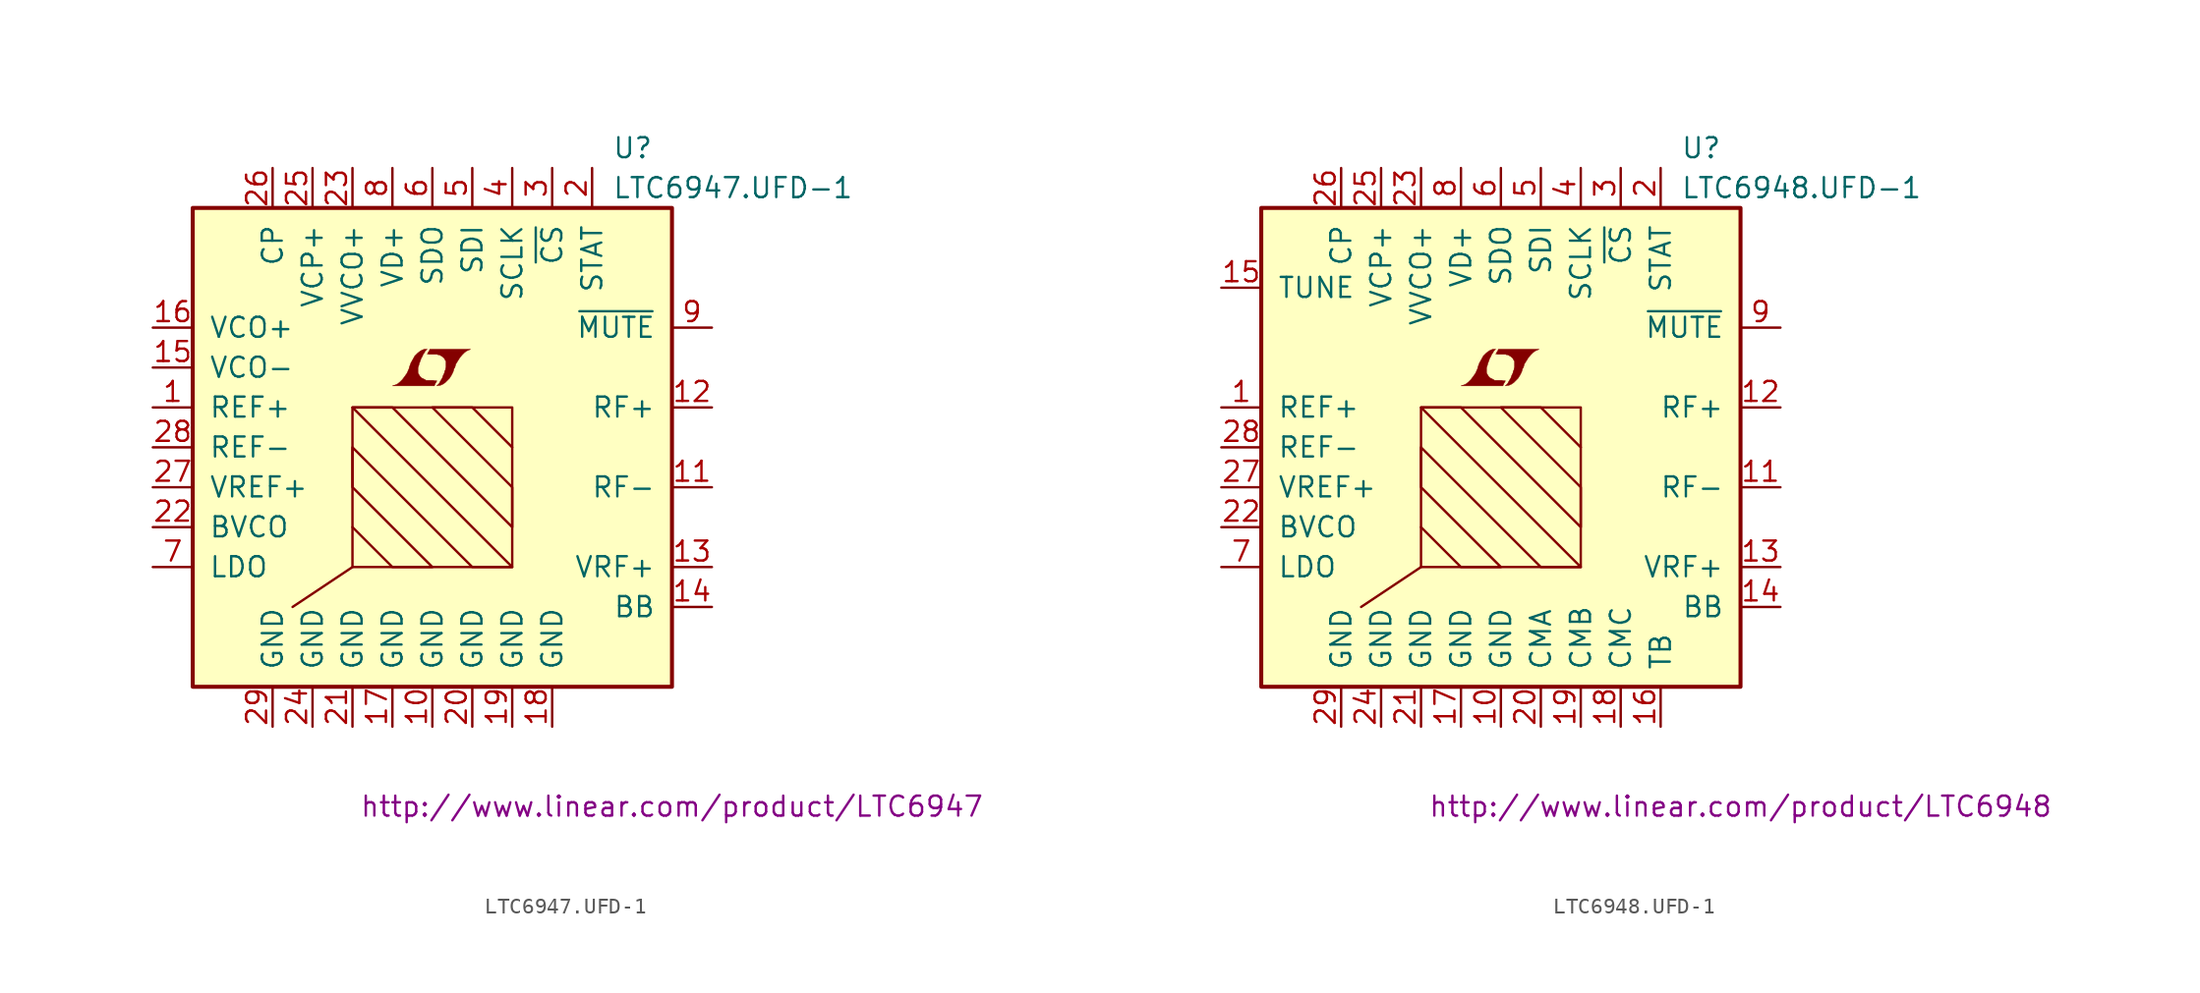
<source format=kicad_sym>
(kicad_symbol_lib
  (version 20201005)
  (generator kicad_symbol_editor)
  (symbol "LTC6947.UFD-1"
    (pin_names
      (offset 1.016))
    (property "Reference" "U"
      (at 11.43 19.05 0)
      (effects (font (size 1.27 1.27)) (justify left)))
    (property "Value" "LTC6947.UFD-1"
      (at 11.43 16.51 0)
      (effects (font (size 1.27 1.27)) (justify left)))
    (property "Datasheet" "http://www.linear.com/product/LTC6947"
      (at 15.24 -22.86 0)
      (effects (font (size 1.27 1.27))))
    (symbol "LTC6947.UFD-1_0_0"
      (polyline (pts (xy 0.203 4.089) (xy 0.229 4.115) (xy 0.279 4.216) (xy 0.279 4.242) (xy 0.152 4.242) (xy 0.051 4.267) (xy -0.406 4.267) (xy -0.432 4.293) (xy -0.686 4.42) (xy -0.787 4.521) (xy -0.864 4.648) (xy -0.914 4.75) (xy -0.914 5.055) (xy -0.864 5.207) (xy -0.838 5.309) (xy -0.813 5.385) (xy -0.762 5.512) (xy -0.711 5.664) (xy -0.635 5.791) (xy -0.584 5.918) (xy -0.508 6.02) (xy -0.457 6.121) (xy -0.33 6.248) (xy -0.508 6.248) (xy -0.635 6.198) (xy -0.737 6.147) (xy -0.813 6.096) (xy -0.94 5.994) (xy -1.118 5.817) (xy -1.372 5.359) (xy -1.473 5.08) (xy -1.473 5.029) (xy -1.524 4.928) (xy -1.575 4.801) (xy -1.626 4.699) (xy -1.753 4.521) (xy -1.905 4.318) (xy -2.057 4.166) (xy -2.21 4.039) (xy -2.388 3.962) (xy -2.54 3.912) (xy 0.127 3.912) (xy 0.203 4.089)) (stroke (width 0.025)) (fill (type outline)))
      (polyline (pts (xy 0.406 3.937) (xy 0.483 3.937) (xy 0.66 4.013) (xy 0.813 4.115) (xy 1.092 4.394) (xy 1.219 4.597) (xy 1.321 4.801) (xy 1.397 5.055) (xy 1.422 5.055) (xy 1.499 5.309) (xy 1.753 5.715) (xy 1.905 5.893) (xy 2.057 6.045) (xy 2.21 6.147) (xy 2.388 6.223) (xy 2.413 6.223) (xy 2.413 6.248) (xy -0.152 6.248) (xy -0.229 6.096) (xy -0.254 6.071) (xy -0.305 5.969) (xy -0.33 5.944) (xy -0.279 5.944) (xy -0.229 5.918) (xy 0.305 5.918) (xy 0.356 5.893) (xy 0.406 5.893) (xy 0.483 5.867) (xy 0.61 5.791) (xy 0.737 5.69) (xy 0.813 5.563) (xy 0.838 5.512) (xy 0.864 5.486) (xy 0.864 5.08) (xy 0.838 5.029) (xy 0.838 4.953) (xy 0.787 4.851) (xy 0.762 4.724) (xy 0.686 4.572) (xy 0.635 4.42) (xy 0.483 4.166) (xy 0.432 4.064) (xy 0.279 3.912) (xy 0.406 3.937)) (stroke (width 0.025)) (fill (type outline))))
    (symbol "LTC6947.UFD-1_0_1"
      (rectangle (start -15.24 15.24) (end 15.24 -15.24) (stroke (width 0.254)) (fill (type background)))
      (rectangle (start -5.08 -7.62) (end 5.08 2.54) (stroke (width 0)) (fill (type none)))
      (polyline (pts (xy -5.08 -7.62) (xy -8.89 -10.16)) (stroke (width 0)) (fill (type none)))
      (polyline (pts (xy -5.08 -5.08) (xy -2.54 -7.62) (xy 0 -7.62) (xy -5.08 -2.54) (xy -5.08 0) (xy 2.54 -7.62) (xy 5.08 -7.62) (xy -5.08 2.54) (xy -2.54 2.54) (xy 5.08 -5.08) (xy 5.08 -2.54) (xy 0 2.54) (xy 2.54 2.54) (xy 5.08 0)) (stroke (width 0)) (fill (type none))))
    (symbol "LTC6947.UFD-1_1_1"
      (pin input line (at -17.78 2.54 0) (length 2.54) (name "REF+" (effects (font (size 1.27 1.27)))) (number "1" (effects (font (size 1.27 1.27)))))
      (pin output line (at 10.16 17.78 270) (length 2.54) (name "STAT" (effects (font (size 1.27 1.27)))) (number "2" (effects (font (size 1.27 1.27)))))
      (pin input line (at 7.62 17.78 270) (length 2.54) (name "~CS~" (effects (font (size 1.27 1.27)))) (number "3" (effects (font (size 1.27 1.27)))))
      (pin input line (at 5.08 17.78 270) (length 2.54) (name "SCLK" (effects (font (size 1.27 1.27)))) (number "4" (effects (font (size 1.27 1.27)))))
      (pin input line (at 2.54 17.78 270) (length 2.54) (name "SDI" (effects (font (size 1.27 1.27)))) (number "5" (effects (font (size 1.27 1.27)))))
      (pin output line (at 0 17.78 270) (length 2.54) (name "SDO" (effects (font (size 1.27 1.27)))) (number "6" (effects (font (size 1.27 1.27)))))
      (pin passive line (at -17.78 -7.62 0) (length 2.54) (name "LDO" (effects (font (size 1.27 1.27)))) (number "7" (effects (font (size 1.27 1.27)))))
      (pin power_in line (at -2.54 17.78 270) (length 2.54) (name "VD+" (effects (font (size 1.27 1.27)))) (number "8" (effects (font (size 1.27 1.27)))))
      (pin input line (at 17.78 7.62 180) (length 2.54) (name "~MUTE~" (effects (font (size 1.27 1.27)))) (number "9" (effects (font (size 1.27 1.27)))))
      (pin power_in line (at 0 -17.78 90) (length 2.54) (name "GND" (effects (font (size 1.27 1.27)))) (number "10" (effects (font (size 1.27 1.27)))))
      (pin power_in line (at 2.54 -17.78 90) (length 2.54) (name "GND" (effects (font (size 1.27 1.27)))) (number "20" (effects (font (size 1.27 1.27)))))
      (pin output line (at 17.78 -2.54 180) (length 2.54) (name "RF-" (effects (font (size 1.27 1.27)))) (number "11" (effects (font (size 1.27 1.27)))))
      (pin power_in line (at -5.08 -17.78 90) (length 2.54) (name "GND" (effects (font (size 1.27 1.27)))) (number "21" (effects (font (size 1.27 1.27)))))
      (pin output line (at 17.78 2.54 180) (length 2.54) (name "RF+" (effects (font (size 1.27 1.27)))) (number "12" (effects (font (size 1.27 1.27)))))
      (pin passive line (at -17.78 -5.08 0) (length 2.54) (name "BVCO" (effects (font (size 1.27 1.27)))) (number "22" (effects (font (size 1.27 1.27)))))
      (pin power_in line (at 17.78 -7.62 180) (length 2.54) (name "VRF+" (effects (font (size 1.27 1.27)))) (number "13" (effects (font (size 1.27 1.27)))))
      (pin power_in line (at -5.08 17.78 270) (length 2.54) (name "VVCO+" (effects (font (size 1.27 1.27)))) (number "23" (effects (font (size 1.27 1.27)))))
      (pin passive line (at 17.78 -10.16 180) (length 2.54) (name "BB" (effects (font (size 1.27 1.27)))) (number "14" (effects (font (size 1.27 1.27)))))
      (pin power_in line (at -7.62 -17.78 90) (length 2.54) (name "GND" (effects (font (size 1.27 1.27)))) (number "24" (effects (font (size 1.27 1.27)))))
      (pin input line (at -17.78 5.08 0) (length 2.54) (name "VCO-" (effects (font (size 1.27 1.27)))) (number "15" (effects (font (size 1.27 1.27)))))
      (pin power_in line (at -7.62 17.78 270) (length 2.54) (name "VCP+" (effects (font (size 1.27 1.27)))) (number "25" (effects (font (size 1.27 1.27)))))
      (pin input line (at -17.78 7.62 0) (length 2.54) (name "VCO+" (effects (font (size 1.27 1.27)))) (number "16" (effects (font (size 1.27 1.27)))))
      (pin passive line (at -10.16 17.78 270) (length 2.54) (name "CP" (effects (font (size 1.27 1.27)))) (number "26" (effects (font (size 1.27 1.27)))))
      (pin power_in line (at -2.54 -17.78 90) (length 2.54) (name "GND" (effects (font (size 1.27 1.27)))) (number "17" (effects (font (size 1.27 1.27)))))
      (pin power_in line (at -17.78 -2.54 0) (length 2.54) (name "VREF+" (effects (font (size 1.27 1.27)))) (number "27" (effects (font (size 1.27 1.27)))))
      (pin power_in line (at 7.62 -17.78 90) (length 2.54) (name "GND" (effects (font (size 1.27 1.27)))) (number "18" (effects (font (size 1.27 1.27)))))
      (pin input line (at -17.78 0 0) (length 2.54) (name "REF-" (effects (font (size 1.27 1.27)))) (number "28" (effects (font (size 1.27 1.27)))))
      (pin power_in line (at 5.08 -17.78 90) (length 2.54) (name "GND" (effects (font (size 1.27 1.27)))) (number "19" (effects (font (size 1.27 1.27)))))
      (pin power_in line (at -10.16 -17.78 90) (length 2.54) (name "GND" (effects (font (size 1.27 1.27)))) (number "29" (effects (font (size 1.27 1.27)))))))
  (symbol "LTC6948.UFD-1"
    (pin_names
      (offset 1.016))
    (property "Reference" "U"
      (at 11.43 19.05 0)
      (effects (font (size 1.27 1.27)) (justify left)))
    (property "Value" "LTC6948.UFD-1"
      (at 11.43 16.51 0)
      (effects (font (size 1.27 1.27)) (justify left)))
    (property "Datasheet" "http://www.linear.com/product/LTC6948"
      (at 15.24 -22.86 0)
      (effects (font (size 1.27 1.27))))
    (symbol "LTC6948.UFD-1_0_0"
      (polyline (pts (xy 0.203 4.089) (xy 0.229 4.115) (xy 0.279 4.216) (xy 0.279 4.242) (xy 0.152 4.242) (xy 0.051 4.267) (xy -0.406 4.267) (xy -0.432 4.293) (xy -0.686 4.42) (xy -0.787 4.521) (xy -0.864 4.648) (xy -0.914 4.75) (xy -0.914 5.055) (xy -0.864 5.207) (xy -0.838 5.309) (xy -0.813 5.385) (xy -0.762 5.512) (xy -0.711 5.664) (xy -0.635 5.791) (xy -0.584 5.918) (xy -0.508 6.02) (xy -0.457 6.121) (xy -0.33 6.248) (xy -0.508 6.248) (xy -0.635 6.198) (xy -0.737 6.147) (xy -0.813 6.096) (xy -0.94 5.994) (xy -1.118 5.817) (xy -1.372 5.359) (xy -1.473 5.08) (xy -1.473 5.029) (xy -1.524 4.928) (xy -1.575 4.801) (xy -1.626 4.699) (xy -1.753 4.521) (xy -1.905 4.318) (xy -2.057 4.166) (xy -2.21 4.039) (xy -2.388 3.962) (xy -2.54 3.912) (xy 0.127 3.912) (xy 0.203 4.089)) (stroke (width 0.025)) (fill (type outline)))
      (polyline (pts (xy 0.406 3.937) (xy 0.483 3.937) (xy 0.66 4.013) (xy 0.813 4.115) (xy 1.092 4.394) (xy 1.219 4.597) (xy 1.321 4.801) (xy 1.397 5.055) (xy 1.422 5.055) (xy 1.499 5.309) (xy 1.753 5.715) (xy 1.905 5.893) (xy 2.057 6.045) (xy 2.21 6.147) (xy 2.388 6.223) (xy 2.413 6.223) (xy 2.413 6.248) (xy -0.152 6.248) (xy -0.229 6.096) (xy -0.254 6.071) (xy -0.305 5.969) (xy -0.33 5.944) (xy -0.279 5.944) (xy -0.229 5.918) (xy 0.305 5.918) (xy 0.356 5.893) (xy 0.406 5.893) (xy 0.483 5.867) (xy 0.61 5.791) (xy 0.737 5.69) (xy 0.813 5.563) (xy 0.838 5.512) (xy 0.864 5.486) (xy 0.864 5.08) (xy 0.838 5.029) (xy 0.838 4.953) (xy 0.787 4.851) (xy 0.762 4.724) (xy 0.686 4.572) (xy 0.635 4.42) (xy 0.483 4.166) (xy 0.432 4.064) (xy 0.279 3.912) (xy 0.406 3.937)) (stroke (width 0.025)) (fill (type outline))))
    (symbol "LTC6948.UFD-1_0_1"
      (rectangle (start -15.24 15.24) (end 15.24 -15.24) (stroke (width 0.254)) (fill (type background)))
      (rectangle (start -5.08 -7.62) (end 5.08 2.54) (stroke (width 0)) (fill (type none)))
      (polyline (pts (xy -5.08 -7.62) (xy -8.89 -10.16)) (stroke (width 0)) (fill (type none)))
      (polyline (pts (xy -5.08 -5.08) (xy -2.54 -7.62) (xy 0 -7.62) (xy -5.08 -2.54) (xy -5.08 0) (xy 2.54 -7.62) (xy 5.08 -7.62) (xy -5.08 2.54) (xy -2.54 2.54) (xy 5.08 -5.08) (xy 5.08 -2.54) (xy 0 2.54) (xy 2.54 2.54) (xy 5.08 0)) (stroke (width 0)) (fill (type none))))
    (symbol "LTC6948.UFD-1_1_1"
      (pin input line (at -17.78 2.54 0) (length 2.54) (name "REF+" (effects (font (size 1.27 1.27)))) (number "1" (effects (font (size 1.27 1.27)))))
      (pin output line (at 10.16 17.78 270) (length 2.54) (name "STAT" (effects (font (size 1.27 1.27)))) (number "2" (effects (font (size 1.27 1.27)))))
      (pin input line (at 7.62 17.78 270) (length 2.54) (name "~CS~" (effects (font (size 1.27 1.27)))) (number "3" (effects (font (size 1.27 1.27)))))
      (pin input line (at 5.08 17.78 270) (length 2.54) (name "SCLK" (effects (font (size 1.27 1.27)))) (number "4" (effects (font (size 1.27 1.27)))))
      (pin input line (at 2.54 17.78 270) (length 2.54) (name "SDI" (effects (font (size 1.27 1.27)))) (number "5" (effects (font (size 1.27 1.27)))))
      (pin output line (at 0 17.78 270) (length 2.54) (name "SDO" (effects (font (size 1.27 1.27)))) (number "6" (effects (font (size 1.27 1.27)))))
      (pin passive line (at -17.78 -7.62 0) (length 2.54) (name "LDO" (effects (font (size 1.27 1.27)))) (number "7" (effects (font (size 1.27 1.27)))))
      (pin power_in line (at -2.54 17.78 270) (length 2.54) (name "VD+" (effects (font (size 1.27 1.27)))) (number "8" (effects (font (size 1.27 1.27)))))
      (pin input line (at 17.78 7.62 180) (length 2.54) (name "~MUTE~" (effects (font (size 1.27 1.27)))) (number "9" (effects (font (size 1.27 1.27)))))
      (pin power_in line (at 0 -17.78 90) (length 2.54) (name "GND" (effects (font (size 1.27 1.27)))) (number "10" (effects (font (size 1.27 1.27)))))
      (pin passive line (at 2.54 -17.78 90) (length 2.54) (name "CMA" (effects (font (size 1.27 1.27)))) (number "20" (effects (font (size 1.27 1.27)))))
      (pin output line (at 17.78 -2.54 180) (length 2.54) (name "RF-" (effects (font (size 1.27 1.27)))) (number "11" (effects (font (size 1.27 1.27)))))
      (pin power_in line (at -5.08 -17.78 90) (length 2.54) (name "GND" (effects (font (size 1.27 1.27)))) (number "21" (effects (font (size 1.27 1.27)))))
      (pin output line (at 17.78 2.54 180) (length 2.54) (name "RF+" (effects (font (size 1.27 1.27)))) (number "12" (effects (font (size 1.27 1.27)))))
      (pin passive line (at -17.78 -5.08 0) (length 2.54) (name "BVCO" (effects (font (size 1.27 1.27)))) (number "22" (effects (font (size 1.27 1.27)))))
      (pin power_in line (at 17.78 -7.62 180) (length 2.54) (name "VRF+" (effects (font (size 1.27 1.27)))) (number "13" (effects (font (size 1.27 1.27)))))
      (pin power_in line (at -5.08 17.78 270) (length 2.54) (name "VVCO+" (effects (font (size 1.27 1.27)))) (number "23" (effects (font (size 1.27 1.27)))))
      (pin passive line (at 17.78 -10.16 180) (length 2.54) (name "BB" (effects (font (size 1.27 1.27)))) (number "14" (effects (font (size 1.27 1.27)))))
      (pin power_in line (at -7.62 -17.78 90) (length 2.54) (name "GND" (effects (font (size 1.27 1.27)))) (number "24" (effects (font (size 1.27 1.27)))))
      (pin input line (at -17.78 10.16 0) (length 2.54) (name "TUNE" (effects (font (size 1.27 1.27)))) (number "15" (effects (font (size 1.27 1.27)))))
      (pin power_in line (at -7.62 17.78 270) (length 2.54) (name "VCP+" (effects (font (size 1.27 1.27)))) (number "25" (effects (font (size 1.27 1.27)))))
      (pin passive line (at 10.16 -17.78 90) (length 2.54) (name "TB" (effects (font (size 1.27 1.27)))) (number "16" (effects (font (size 1.27 1.27)))))
      (pin passive line (at -10.16 17.78 270) (length 2.54) (name "CP" (effects (font (size 1.27 1.27)))) (number "26" (effects (font (size 1.27 1.27)))))
      (pin power_in line (at -2.54 -17.78 90) (length 2.54) (name "GND" (effects (font (size 1.27 1.27)))) (number "17" (effects (font (size 1.27 1.27)))))
      (pin power_in line (at -17.78 -2.54 0) (length 2.54) (name "VREF+" (effects (font (size 1.27 1.27)))) (number "27" (effects (font (size 1.27 1.27)))))
      (pin passive line (at 7.62 -17.78 90) (length 2.54) (name "CMC" (effects (font (size 1.27 1.27)))) (number "18" (effects (font (size 1.27 1.27)))))
      (pin input line (at -17.78 0 0) (length 2.54) (name "REF-" (effects (font (size 1.27 1.27)))) (number "28" (effects (font (size 1.27 1.27)))))
      (pin passive line (at 5.08 -17.78 90) (length 2.54) (name "CMB" (effects (font (size 1.27 1.27)))) (number "19" (effects (font (size 1.27 1.27)))))
      (pin power_in line (at -10.16 -17.78 90) (length 2.54) (name "GND" (effects (font (size 1.27 1.27)))) (number "29" (effects (font (size 1.27 1.27))))))))
</source>
